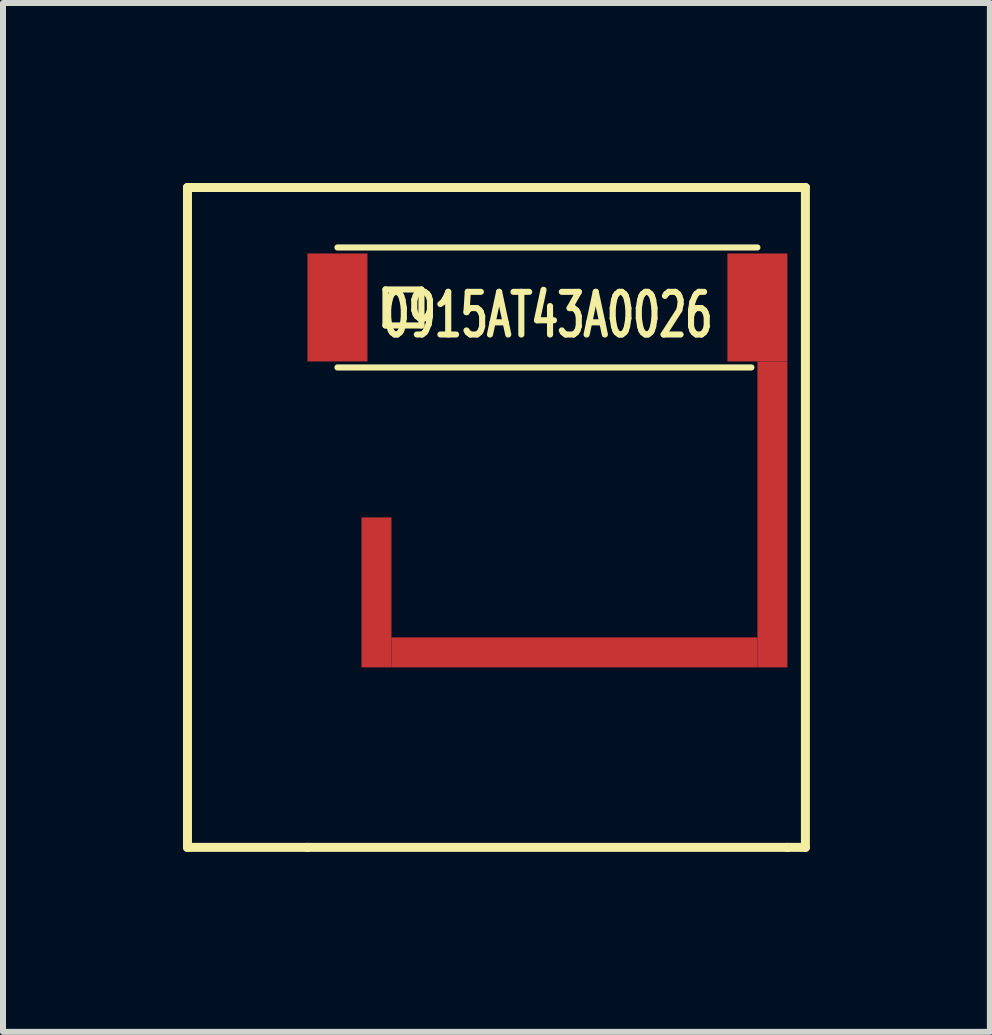
<source format=kicad_pcb>
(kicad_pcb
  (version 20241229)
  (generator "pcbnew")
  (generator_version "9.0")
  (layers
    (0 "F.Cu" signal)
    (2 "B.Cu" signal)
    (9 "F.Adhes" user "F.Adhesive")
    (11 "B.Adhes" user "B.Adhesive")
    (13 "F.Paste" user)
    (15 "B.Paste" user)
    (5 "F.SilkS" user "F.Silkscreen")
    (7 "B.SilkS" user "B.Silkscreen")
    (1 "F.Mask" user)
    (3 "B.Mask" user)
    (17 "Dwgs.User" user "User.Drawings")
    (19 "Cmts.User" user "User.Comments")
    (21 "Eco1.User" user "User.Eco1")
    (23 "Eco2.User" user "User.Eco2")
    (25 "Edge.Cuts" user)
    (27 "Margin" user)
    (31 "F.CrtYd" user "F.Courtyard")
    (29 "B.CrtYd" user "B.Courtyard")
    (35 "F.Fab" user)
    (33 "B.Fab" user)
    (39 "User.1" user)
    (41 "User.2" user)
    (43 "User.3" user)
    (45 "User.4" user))
  (footprint "0915AT43A0026"
    (layer "F.Cu")
    (at 6.075 2.075)
    (property "Reference" "0915AT43A0026" (at 0 0.127 0) (layer "F.SilkS") (effects (font (size 0.711 0.457) (thickness 0.102))))
    (attr through_hole)
    (fp_line (start -6 -2) (end -6 9) (stroke (width 0.15) (type solid)) (layer "F.SilkS"))
    (fp_line (start -6 9) (end -4 9) (stroke (width 0.15) (type solid)) (layer "F.SilkS"))
    (fp_line (start -4 -2) (end -6 -2) (stroke (width 0.15) (type solid)) (layer "F.SilkS"))
    (fp_line (start -4 -2) (end -4 -2) (stroke (width 0.15) (type solid)) (layer "F.SilkS"))
    (fp_line (start -4 9) (end -4 9) (stroke (width 0.15) (type solid)) (layer "F.SilkS"))
    (fp_line (start -4 9) (end -4 9) (stroke (width 0.15) (type solid)) (layer "F.SilkS"))
    (fp_line (start -3.5 -1) (end 3.5 -1) (stroke (width 0.102) (type solid)) (layer "F.SilkS"))
    (fp_line (start -3.5 1) (end 3.4 1) (stroke (width 0.102) (type solid)) (layer "F.SilkS"))
    (fp_line (start -2.7 -0.3) (end -2.1 -0.3) (stroke (width 0.102) (type solid)) (layer "F.SilkS"))
    (fp_line (start -2.7 0.3) (end -2.7 -0.3) (stroke (width 0.102) (type solid)) (layer "F.SilkS"))
    (fp_line (start -2.1 -0.3) (end -2.1 0.3) (stroke (width 0.102) (type solid)) (layer "F.SilkS"))
    (fp_line (start -2.1 0.3) (end -2.7 0.3) (stroke (width 0.102) (type solid)) (layer "F.SilkS"))
    (fp_line (start 4 -2) (end -4 -2) (stroke (width 0.15) (type solid)) (layer "F.SilkS"))
    (fp_line (start 4 -2) (end 4.3 -2) (stroke (width 0.15) (type solid)) (layer "F.SilkS"))
    (fp_line (start 4 9) (end -4 9) (stroke (width 0.15) (type solid)) (layer "F.SilkS"))
    (fp_line (start 4 9) (end 4 9) (stroke (width 0.15) (type solid)) (layer "F.SilkS"))
    (fp_line (start 4.3 -2) (end 4.3 9) (stroke (width 0.15) (type solid)) (layer "F.SilkS"))
    (fp_line (start 4.3 9) (end 4 9) (stroke (width 0.15) (type solid)) (layer "F.SilkS"))
    (pad "1" smd rect (at -3.5 0) (size 1 1.8) (layers "F.Cu" "F.Mask" "F.Paste"))
    (pad "2" smd rect (at -2.85 4.75) (size 0.5 2.5) (layers "F.Cu" "F.Mask"))
    (pad "2" smd rect (at 0.45 5.75) (size 6.1 0.5) (layers "F.Cu" "F.Mask"))
    (pad "2" smd rect (at 3.5 0) (size 1 1.8) (layers "F.Cu" "F.Mask" "F.Paste"))
    (pad "2" smd rect (at 3.75 3.45) (size 0.5 5.1) (layers "F.Cu" "F.Mask")))
  (gr_rect
    (start -3 -3)
    (end 13.45 14.15)
    (stroke (width 0.1) (type default))
    (fill no)
    (layer "Edge.Cuts")))
</source>
